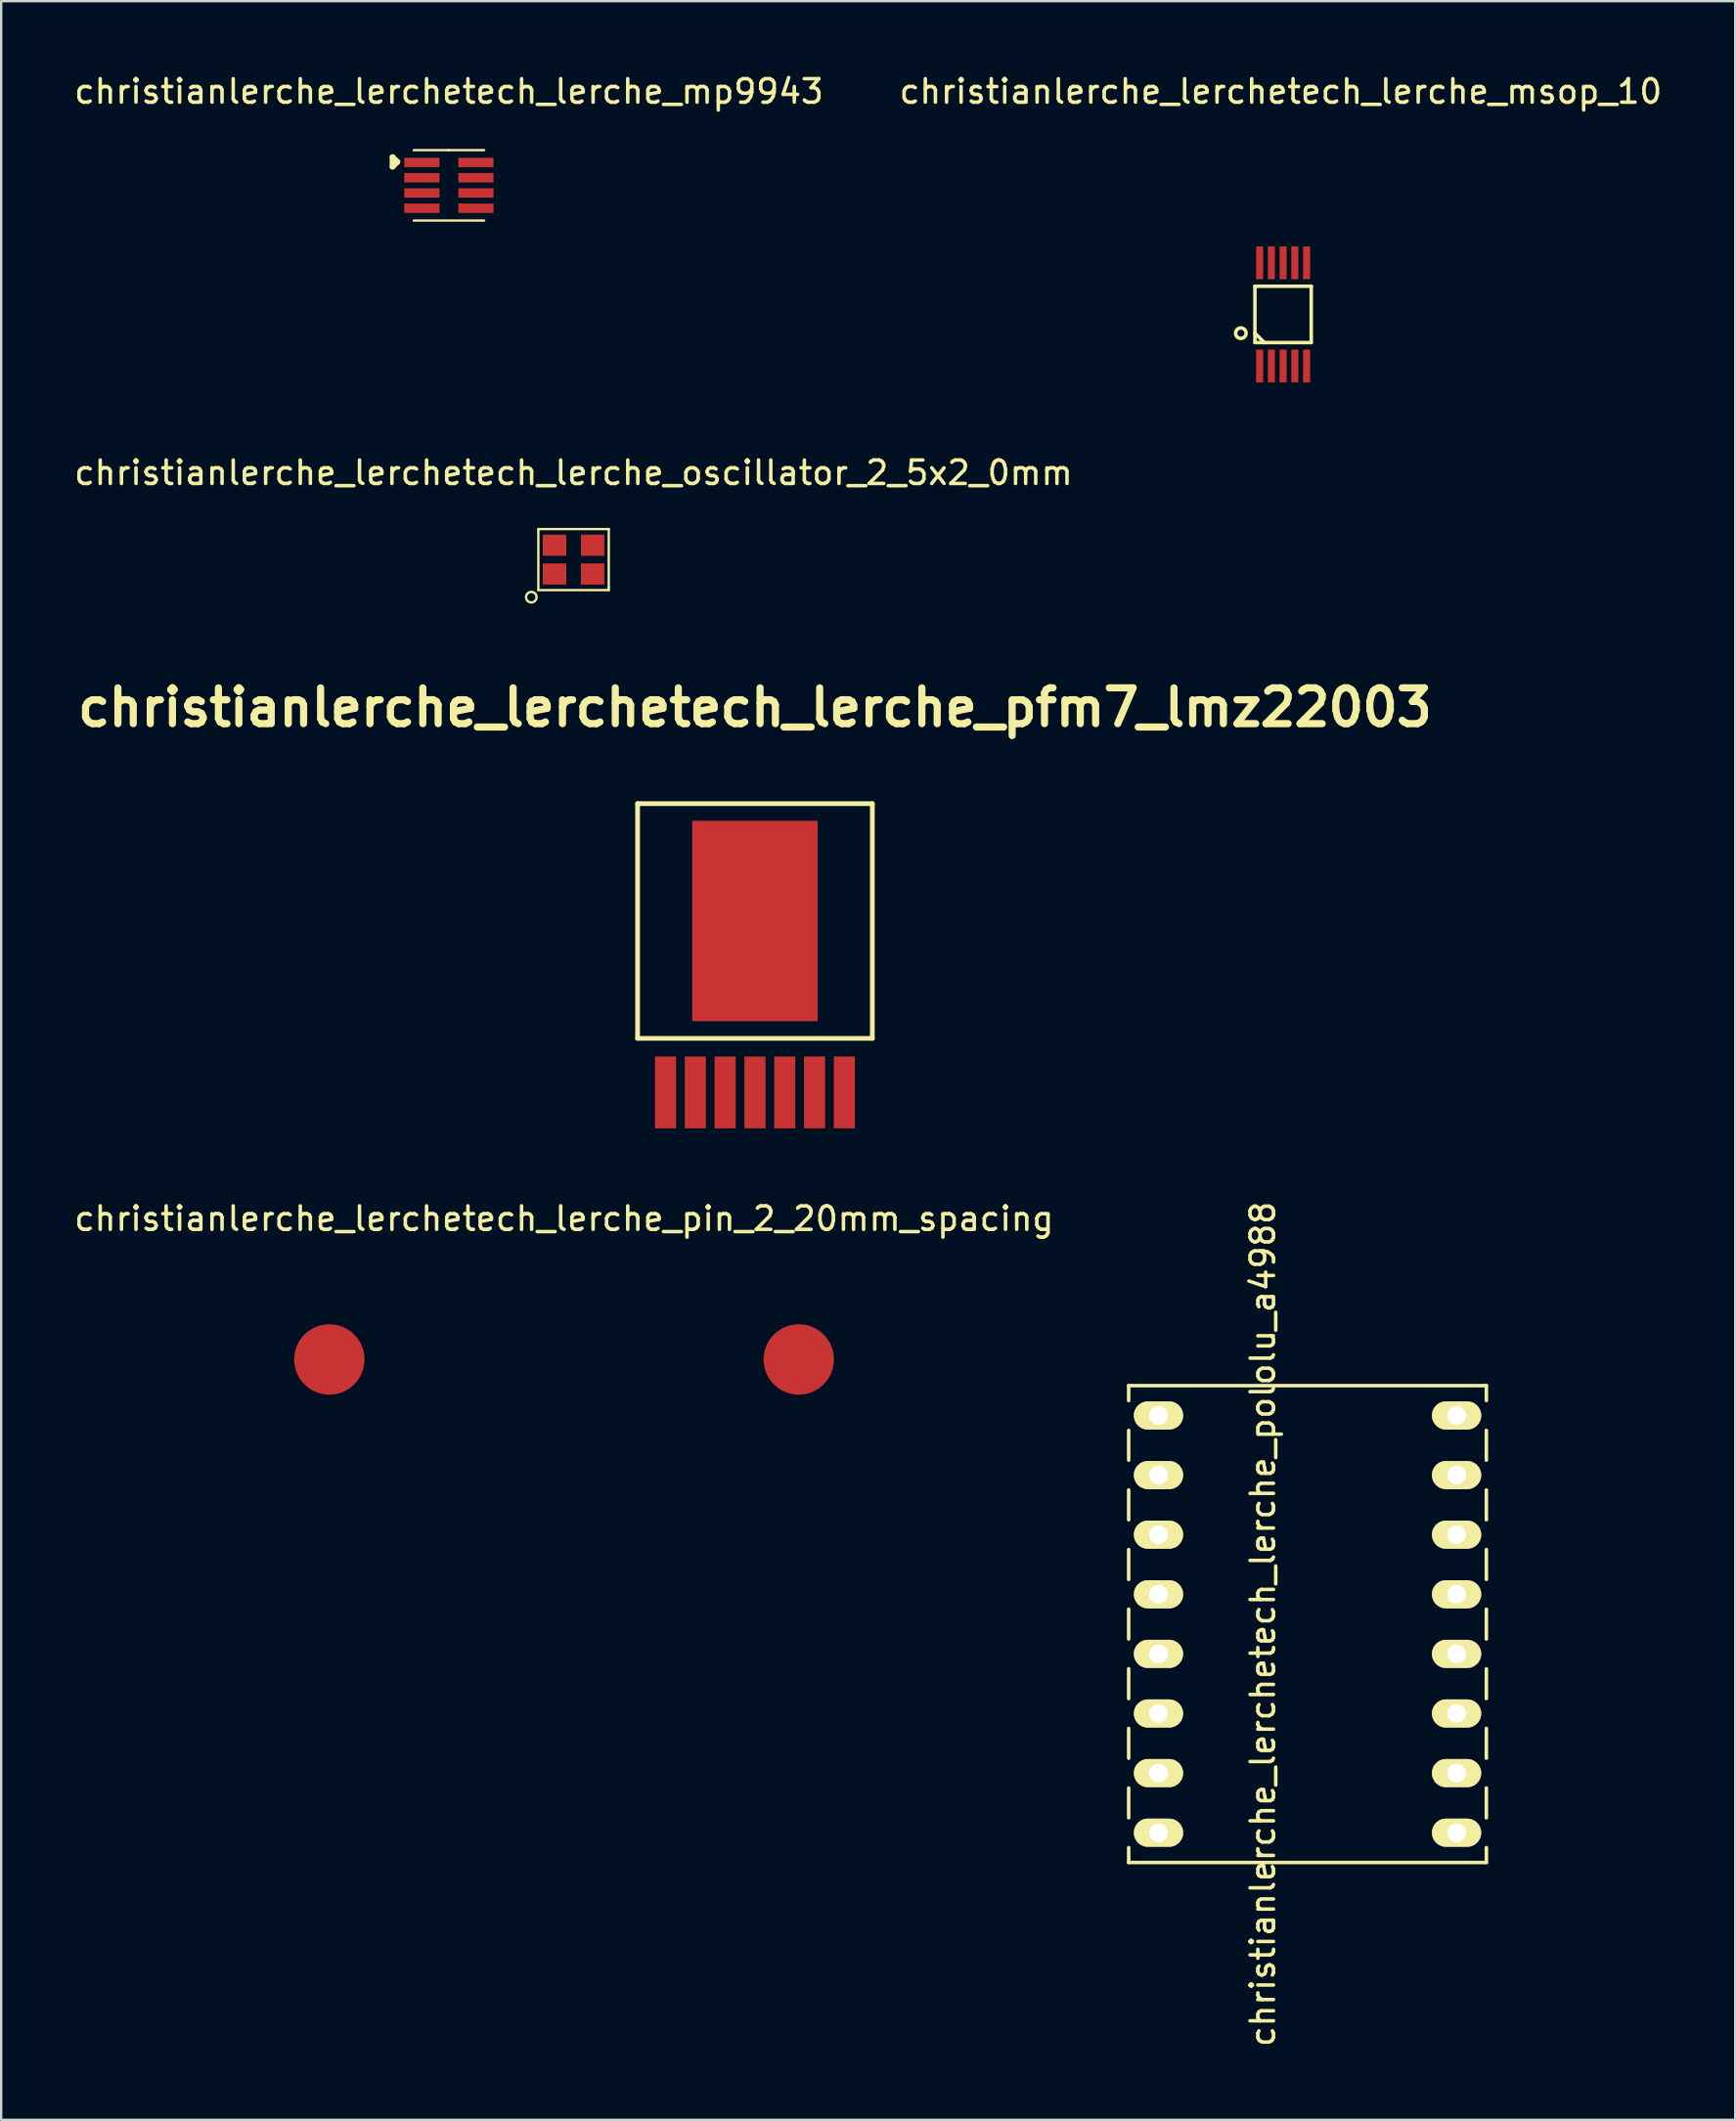
<source format=kicad_pcb>
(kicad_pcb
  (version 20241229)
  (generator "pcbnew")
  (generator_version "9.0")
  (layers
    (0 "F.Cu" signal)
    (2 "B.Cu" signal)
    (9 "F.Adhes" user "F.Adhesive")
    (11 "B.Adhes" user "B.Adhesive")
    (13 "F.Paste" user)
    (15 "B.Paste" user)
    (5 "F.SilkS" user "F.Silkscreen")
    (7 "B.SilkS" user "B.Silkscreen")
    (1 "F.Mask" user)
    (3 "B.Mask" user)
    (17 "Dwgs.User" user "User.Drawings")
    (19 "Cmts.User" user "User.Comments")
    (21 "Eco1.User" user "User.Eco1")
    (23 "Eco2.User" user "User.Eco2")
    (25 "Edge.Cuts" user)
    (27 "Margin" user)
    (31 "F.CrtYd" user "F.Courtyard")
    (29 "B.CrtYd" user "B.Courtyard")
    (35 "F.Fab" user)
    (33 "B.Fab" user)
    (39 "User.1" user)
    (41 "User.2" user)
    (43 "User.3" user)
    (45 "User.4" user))
  (footprint "christianlerche_lerchetech_lerche_pololu_a4988"
    (layer "F.Cu")
    (at 52.659 66.158)
    (property "Reference" "christianlerche_lerchetech_lerche_pololu_a4988" (at -1.905 0 90) (layer "F.SilkS") (effects (font (size 1 1) (thickness 0.15))))
    (attr through_hole)
    (fp_line (start -7.62 -10.16) (end -7.62 -9.525) (stroke (width 0.15) (type solid)) (layer "F.SilkS"))
    (fp_line (start -7.62 -10.16) (end 7.62 -10.16) (stroke (width 0.15) (type solid)) (layer "F.SilkS"))
    (fp_line (start -7.62 -8.255) (end -7.62 -6.985) (stroke (width 0.15) (type solid)) (layer "F.SilkS"))
    (fp_line (start -7.62 -5.715) (end -7.62 -4.445) (stroke (width 0.15) (type solid)) (layer "F.SilkS"))
    (fp_line (start -7.62 -3.175) (end -7.62 -1.905) (stroke (width 0.15) (type solid)) (layer "F.SilkS"))
    (fp_line (start -7.62 -0.635) (end -7.62 0.635) (stroke (width 0.15) (type solid)) (layer "F.SilkS"))
    (fp_line (start -7.62 1.905) (end -7.62 3.175) (stroke (width 0.15) (type solid)) (layer "F.SilkS"))
    (fp_line (start -7.62 4.445) (end -7.62 5.715) (stroke (width 0.15) (type solid)) (layer "F.SilkS"))
    (fp_line (start -7.62 6.985) (end -7.62 8.255) (stroke (width 0.15) (type solid)) (layer "F.SilkS"))
    (fp_line (start -7.62 10.16) (end -7.62 9.525) (stroke (width 0.15) (type solid)) (layer "F.SilkS"))
    (fp_line (start -7.62 10.16) (end 7.62 10.16) (stroke (width 0.15) (type solid)) (layer "F.SilkS"))
    (fp_line (start 7.62 -10.16) (end 7.62 -9.525) (stroke (width 0.15) (type solid)) (layer "F.SilkS"))
    (fp_line (start 7.62 -6.985) (end 7.62 -8.255) (stroke (width 0.15) (type solid)) (layer "F.SilkS"))
    (fp_line (start 7.62 -4.445) (end 7.62 -5.715) (stroke (width 0.15) (type solid)) (layer "F.SilkS"))
    (fp_line (start 7.62 -1.905) (end 7.62 -3.175) (stroke (width 0.15) (type solid)) (layer "F.SilkS"))
    (fp_line (start 7.62 0.635) (end 7.62 -0.635) (stroke (width 0.15) (type solid)) (layer "F.SilkS"))
    (fp_line (start 7.62 3.175) (end 7.62 1.905) (stroke (width 0.15) (type solid)) (layer "F.SilkS"))
    (fp_line (start 7.62 5.715) (end 7.62 4.445) (stroke (width 0.15) (type solid)) (layer "F.SilkS"))
    (fp_line (start 7.62 8.255) (end 7.62 6.985) (stroke (width 0.15) (type solid)) (layer "F.SilkS"))
    (fp_line (start 7.62 10.16) (end 7.62 9.525) (stroke (width 0.15) (type solid)) (layer "F.SilkS"))
    (pad "1" thru_hole oval (at -6.35 -8.89) (size 2.1 1.2) (drill 0.8) (layers "*.Cu" "*.Mask" "F.SilkS"))
    (pad "2" thru_hole oval (at -6.35 -6.35) (size 2.1 1.2) (drill 0.8) (layers "*.Cu" "*.Mask" "F.SilkS"))
    (pad "3" thru_hole oval (at -6.35 -3.81) (size 2.1 1.2) (drill 0.8) (layers "*.Cu" "*.Mask" "F.SilkS"))
    (pad "4" thru_hole oval (at -6.35 -1.27) (size 2.1 1.2) (drill 0.8) (layers "*.Cu" "*.Mask" "F.SilkS"))
    (pad "5" thru_hole oval (at -6.35 1.27) (size 2.1 1.2) (drill 0.8) (layers "*.Cu" "*.Mask" "F.SilkS"))
    (pad "6" thru_hole oval (at -6.35 3.81) (size 2.1 1.2) (drill 0.8) (layers "*.Cu" "*.Mask" "F.SilkS"))
    (pad "7" thru_hole oval (at -6.35 6.35) (size 2.1 1.2) (drill 0.8) (layers "*.Cu" "*.Mask" "F.SilkS"))
    (pad "8" thru_hole oval (at -6.35 8.89) (size 2.1 1.2) (drill 0.8) (layers "*.Cu" "*.Mask" "F.SilkS"))
    (pad "9" thru_hole oval (at 6.35 8.89) (size 2.1 1.2) (drill 0.8) (layers "*.Cu" "*.Mask" "F.SilkS"))
    (pad "10" thru_hole oval (at 6.35 6.35) (size 2.1 1.2) (drill 0.8) (layers "*.Cu" "*.Mask" "F.SilkS"))
    (pad "11" thru_hole oval (at 6.35 3.81) (size 2.1 1.2) (drill 0.8) (layers "*.Cu" "*.Mask" "F.SilkS"))
    (pad "12" thru_hole oval (at 6.35 1.27) (size 2.1 1.2) (drill 0.8) (layers "*.Cu" "*.Mask" "F.SilkS"))
    (pad "13" thru_hole oval (at 6.35 -1.27) (size 2.1 1.2) (drill 0.8) (layers "*.Cu" "*.Mask" "F.SilkS"))
    (pad "14" thru_hole oval (at 6.35 -3.81) (size 2.1 1.2) (drill 0.8) (layers "*.Cu" "*.Mask" "F.SilkS"))
    (pad "15" thru_hole oval (at 6.35 -6.35) (size 2.1 1.2) (drill 0.8) (layers "*.Cu" "*.Mask" "F.SilkS"))
    (pad "16" thru_hole oval (at 6.35 -8.89) (size 2.1 1.2) (drill 0.8) (layers "*.Cu" "*.Mask" "F.SilkS")))
  (footprint "christianlerche_lerchetech_lerche_mp9943"
    (layer "F.Cu")
    (at 16.077 4.848)
    (property "Reference" "christianlerche_lerchetech_lerche_mp9943" (at 0 -4 0) (layer "F.SilkS") (effects (font (size 1 1) (thickness 0.15))))
    (attr through_hole)
    (fp_line (start -2.4 -1.2) (end -2.4 -0.8) (stroke (width 0.25) (type solid)) (layer "F.SilkS"))
    (fp_line (start -2.4 -0.8) (end -2.2 -1) (stroke (width 0.25) (type solid)) (layer "F.SilkS"))
    (fp_line (start -2.2 -1) (end -2.4 -1.2) (stroke (width 0.25) (type solid)) (layer "F.SilkS"))
    (fp_line (start -1.5 1.5) (end 1.5 1.5) (stroke (width 0.1) (type solid)) (layer "F.SilkS"))
    (fp_line (start 0 -1.5) (end -1.5 -1.5) (stroke (width 0.1) (type solid)) (layer "F.SilkS"))
    (fp_line (start 0 -1.5) (end 1.5 -1.5) (stroke (width 0.1) (type solid)) (layer "F.SilkS"))
    (pad "1" smd rect (at -1.15 -0.975) (size 1.5 0.4) (layers "F.Cu" "F.Mask" "F.Paste"))
    (pad "2" smd rect (at -1.15 -0.325) (size 1.5 0.4) (layers "F.Cu" "F.Mask" "F.Paste"))
    (pad "3" smd rect (at -1.15 0.325) (size 1.5 0.4) (layers "F.Cu" "F.Mask" "F.Paste"))
    (pad "4" smd rect (at -1.15 0.975) (size 1.5 0.4) (layers "F.Cu" "F.Mask" "F.Paste"))
    (pad "5" smd rect (at 1.15 0.975) (size 1.5 0.4) (layers "F.Cu" "F.Mask" "F.Paste"))
    (pad "6" smd rect (at 1.15 0.325) (size 1.5 0.4) (layers "F.Cu" "F.Mask" "F.Paste"))
    (pad "7" smd rect (at 1.15 -0.325) (size 1.5 0.4) (layers "F.Cu" "F.Mask" "F.Paste"))
    (pad "8" smd rect (at 1.15 -0.975) (size 1.5 0.4) (layers "F.Cu" "F.Mask" "F.Paste")))
  (footprint "christianlerche_lerchetech_lerche_pfm7_lmz22003"
    (layer "F.Cu")
    (at 29.116 36.197)
    (property "Reference" "christianlerche_lerchetech_lerche_pfm7_lmz22003" (at 0 -9.101 0) (layer "F.SilkS") (effects (font (size 1.524 1.524) (thickness 0.305))))
    (attr through_hole)
    (fp_line (start -5.001 -5.001) (end 5.001 -5.001) (stroke (width 0.201) (type solid)) (layer "F.SilkS"))
    (fp_line (start -5.001 5.001) (end -5.001 -5.001) (stroke (width 0.201) (type solid)) (layer "F.SilkS"))
    (fp_line (start 5.001 -5.001) (end 5.001 5.001) (stroke (width 0.201) (type solid)) (layer "F.SilkS"))
    (fp_line (start 5.001 5.001) (end -5.001 5.001) (stroke (width 0.201) (type solid)) (layer "F.SilkS"))
    (pad "1" smd rect (at -3.81 7.305) (size 0.899 3.061) (layers "F.Cu" "F.Mask" "F.Paste"))
    (pad "2" smd rect (at -2.54 7.305) (size 0.899 3.061) (layers "F.Cu" "F.Mask" "F.Paste"))
    (pad "3" smd rect (at -1.27 7.305) (size 0.899 3.061) (layers "F.Cu" "F.Mask" "F.Paste"))
    (pad "4" smd rect (at 0 7.305) (size 0.899 3.061) (layers "F.Cu" "F.Mask" "F.Paste"))
    (pad "5" smd rect (at 1.27 7.305) (size 0.899 3.061) (layers "F.Cu" "F.Mask" "F.Paste"))
    (pad "6" smd rect (at 2.54 7.305) (size 0.899 3.061) (layers "F.Cu" "F.Mask" "F.Paste"))
    (pad "7" smd rect (at 3.81 7.305) (size 0.899 3.061) (layers "F.Cu" "F.Mask" "F.Paste"))
    (pad "PAD" smd rect (at 0 0) (size 5.349 8.539) (layers "F.Cu" "F.Mask" "F.Paste")))
  (footprint "christianlerche_lerchetech_lerche_oscillator_2_5x2_0mm"
    (layer "F.Cu")
    (at 21.387 20.797)
    (property "Reference" "christianlerche_lerchetech_lerche_oscillator_2_5x2_0mm" (at 0 -3.7 0) (layer "F.SilkS") (effects (font (size 1 1) (thickness 0.15))))
    (attr through_hole)
    (fp_line (start -1.5 -1.3) (end 1.5 -1.3) (stroke (width 0.1) (type solid)) (layer "F.SilkS"))
    (fp_line (start -1.5 1.3) (end -1.5 -1.3) (stroke (width 0.1) (type solid)) (layer "F.SilkS"))
    (fp_line (start 1.5 -1.3) (end 1.5 1.2) (stroke (width 0.1) (type solid)) (layer "F.SilkS"))
    (fp_line (start 1.5 1.2) (end 1.5 1.3) (stroke (width 0.1) (type solid)) (layer "F.SilkS"))
    (fp_line (start 1.5 1.3) (end -1.5 1.3) (stroke (width 0.1) (type solid)) (layer "F.SilkS"))
    (fp_circle (center -1.8 1.6) (end -1.6 1.7) (stroke (width 0.1) (type solid)) (fill no) (layer "F.SilkS"))
    (pad "1" smd rect (at -0.812 0.613) (size 1 0.9) (layers "F.Cu" "F.Mask" "F.Paste"))
    (pad "2" smd rect (at 0.812 0.613) (size 1 0.9) (layers "F.Cu" "F.Mask" "F.Paste"))
    (pad "3" smd rect (at 0.812 -0.613) (size 1 0.9) (layers "F.Cu" "F.Mask" "F.Paste"))
    (pad "4" smd rect (at -0.812 -0.613) (size 1 0.9) (layers "F.Cu" "F.Mask" "F.Paste")))
  (footprint "christianlerche_lerchetech_lerche_pin_2_20mm_spacing"
    (layer "F.Cu")
    (at 20.982 54.881)
    (property "Reference" "christianlerche_lerchetech_lerche_pin_2_20mm_spacing" (at 0 -6 0) (layer "F.SilkS") (effects (font (size 1 1) (thickness 0.15))))
    (attr through_hole)
    (pad "1" smd circle (at -10 0) (size 3 3) (layers "F.Cu" "F.Mask" "F.Paste"))
    (pad "2" smd circle (at 10 0) (size 3 3) (layers "F.Cu" "F.Mask" "F.Paste")))
  (footprint "christianlerche_lerchetech_lerche_msop_10"
    (layer "F.Cu")
    (at 51.618 10.348)
    (property "Reference" "christianlerche_lerchetech_lerche_msop_10" (at -0.1 -9.5 0) (layer "F.SilkS") (effects (font (size 1 1) (thickness 0.15))))
    (attr through_hole)
    (fp_line (start -1.2 -1.2) (end -1.2 1.2) (stroke (width 0.15) (type solid)) (layer "F.SilkS"))
    (fp_line (start -1.2 0.8) (end -0.8 1.2) (stroke (width 0.15) (type solid)) (layer "F.SilkS"))
    (fp_line (start -1.2 1.2) (end 1.2 1.2) (stroke (width 0.15) (type solid)) (layer "F.SilkS"))
    (fp_line (start 1.2 -1.2) (end -1.2 -1.2) (stroke (width 0.15) (type solid)) (layer "F.SilkS"))
    (fp_line (start 1.2 1.2) (end 1.2 -1.2) (stroke (width 0.15) (type solid)) (layer "F.SilkS"))
    (fp_circle (center -1.8 0.8) (end -1.7 1) (stroke (width 0.15) (type solid)) (fill no) (layer "F.SilkS"))
    (pad "1" smd rect (at -1 2.2) (size 0.3 1.4) (layers "F.Cu" "F.Mask" "F.Paste"))
    (pad "2" smd rect (at -0.5 2.2) (size 0.3 1.4) (layers "F.Cu" "F.Mask" "F.Paste"))
    (pad "3" smd rect (at 0 2.2) (size 0.3 1.4) (layers "F.Cu" "F.Mask" "F.Paste"))
    (pad "4" smd rect (at 0.5 2.2) (size 0.3 1.4) (layers "F.Cu" "F.Mask" "F.Paste"))
    (pad "5" smd rect (at 1 2.2) (size 0.3 1.4) (layers "F.Cu" "F.Mask" "F.Paste"))
    (pad "6" smd rect (at 1 -2.2) (size 0.3 1.4) (layers "F.Cu" "F.Mask" "F.Paste"))
    (pad "7" smd rect (at 0.5 -2.2) (size 0.3 1.4) (layers "F.Cu" "F.Mask" "F.Paste"))
    (pad "8" smd rect (at 0 -2.2) (size 0.3 1.4) (layers "F.Cu" "F.Mask" "F.Paste"))
    (pad "9" smd rect (at -0.5 -2.2) (size 0.3 1.4) (layers "F.Cu" "F.Mask" "F.Paste"))
    (pad "10" smd rect (at -1 -2.2) (size 0.3 1.4) (layers "F.Cu" "F.Mask" "F.Paste")))
  (gr_rect
    (start -3 -3)
    (end 70.881 87.283)
    (stroke (width 0.1) (type default))
    (fill no)
    (layer "Edge.Cuts")))
</source>
